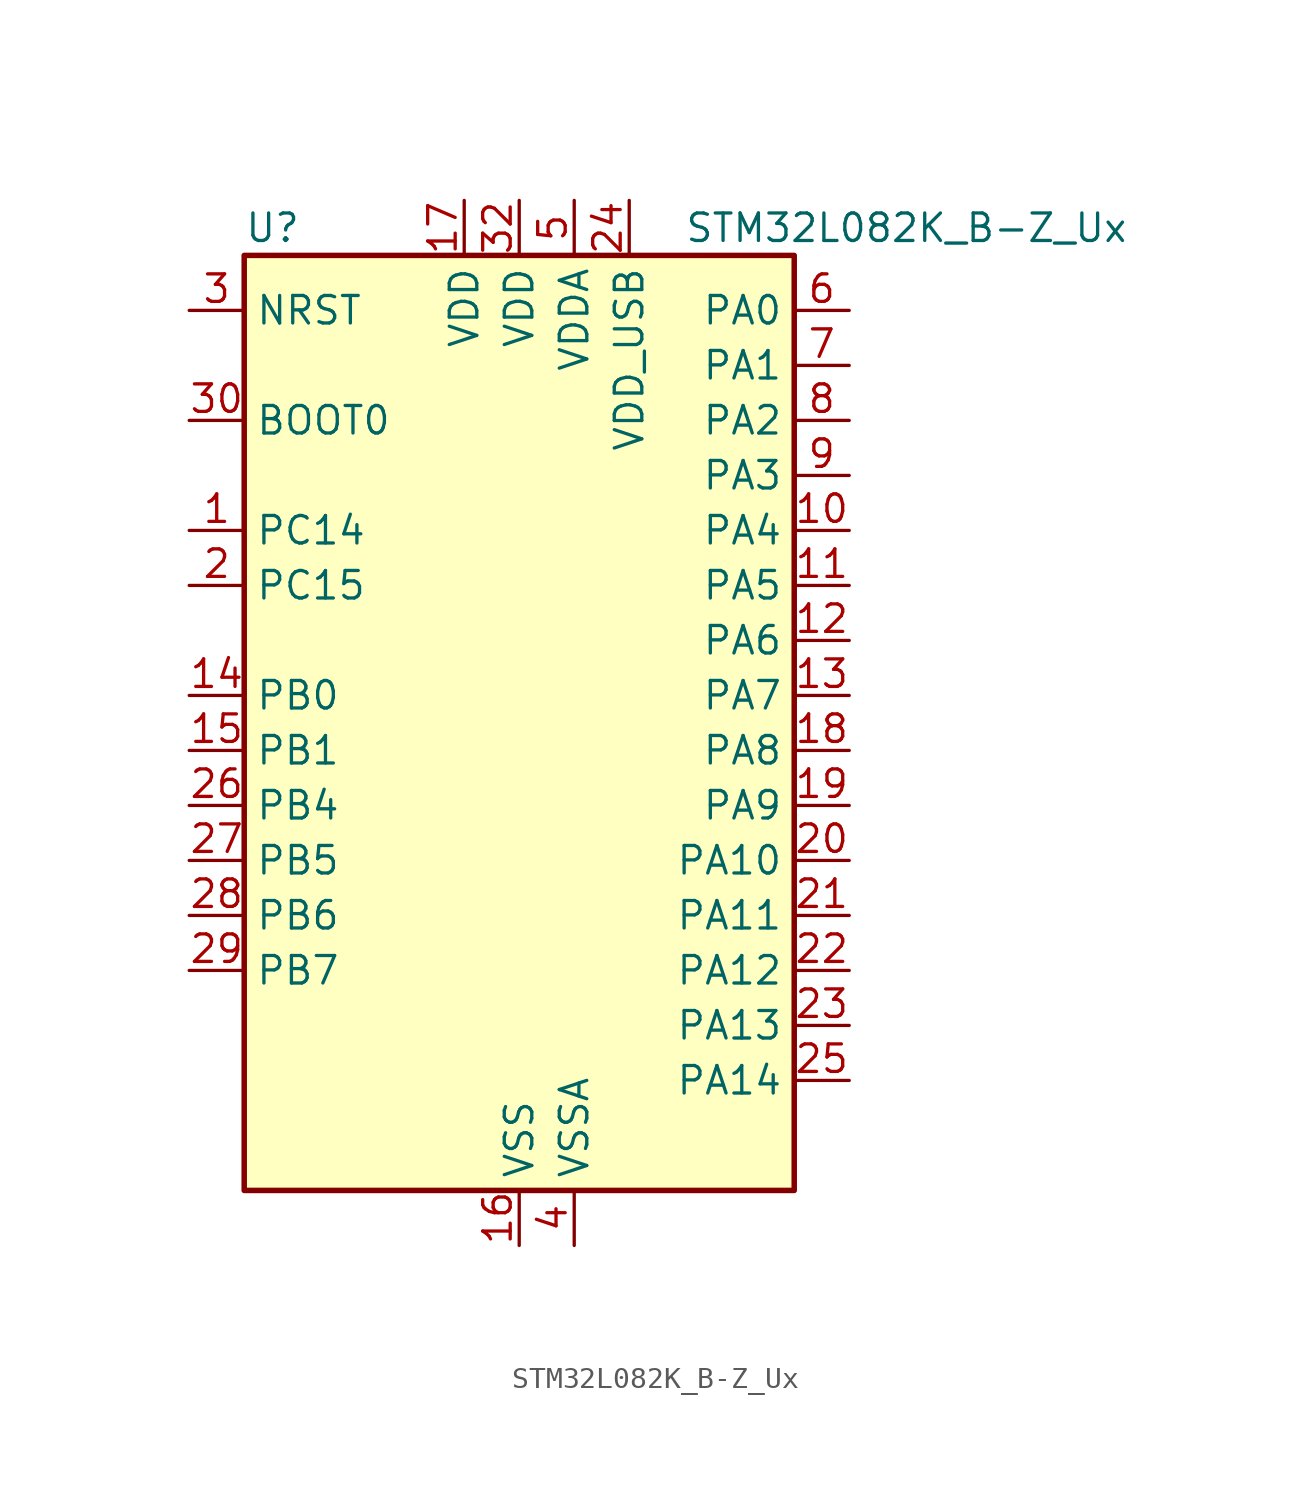
<source format=kicad_sym>
(kicad_symbol_lib
  (version 20220914)
  (generator kicad_symbol_editor)
  (symbol "STM32L082K_B-Z_Ux"
    (property "Reference" "U"
      (at -12.7 24.13 0)
      (effects (font (size 1.27 1.27)) (justify left)))
    (property "Value" "STM32L082K_B-Z_Ux"
      (at 7.62 24.13 0)
      (effects (font (size 1.27 1.27)) (justify left)))
    (property "ki_locked" ""
      (at 0 0 0)
      (effects (font (size 1.27 1.27))))
    (symbol "STM32L082K_B-Z_Ux_0_1"
      (rectangle (start -12.7 -20.32) (end 12.7 22.86) (stroke (width 0.254) (type default)) (fill (type background))))
    (symbol "STM32L082K_B-Z_Ux_1_1"
      (pin bidirectional line (at -15.24 10.16 0) (length 2.54) (name "PC14" (effects (font (size 1.27 1.27)))) (number "1" (effects (font (size 1.27 1.27)))) (alternate "RCC_OSC32_IN" bidirectional line))
      (pin bidirectional line (at 15.24 10.16 180) (length 2.54) (name "PA4" (effects (font (size 1.27 1.27)))) (number "10" (effects (font (size 1.27 1.27)))) (alternate "ADC_IN4" bidirectional line) (alternate "COMP1_INM" bidirectional line) (alternate "COMP2_INM" bidirectional line) (alternate "DAC_OUT1" bidirectional line) (alternate "SPI1_NSS" bidirectional line) (alternate "TIM22_ETR" bidirectional line) (alternate "TSC_G2_IO1" bidirectional line) (alternate "USART2_CK" bidirectional line))
      (pin bidirectional line (at 15.24 7.62 180) (length 2.54) (name "PA5" (effects (font (size 1.27 1.27)))) (number "11" (effects (font (size 1.27 1.27)))) (alternate "ADC_IN5" bidirectional line) (alternate "COMP1_INM" bidirectional line) (alternate "COMP2_INM" bidirectional line) (alternate "DAC_OUT2" bidirectional line) (alternate "SPI1_SCK" bidirectional line) (alternate "TIM2_CH1" bidirectional line) (alternate "TIM2_ETR" bidirectional line) (alternate "TSC_G2_IO2" bidirectional line))
      (pin bidirectional line (at 15.24 5.08 180) (length 2.54) (name "PA6" (effects (font (size 1.27 1.27)))) (number "12" (effects (font (size 1.27 1.27)))) (alternate "ADC_IN6" bidirectional line) (alternate "COMP1_OUT" bidirectional line) (alternate "LPUART1_CTS" bidirectional line) (alternate "SPI1_MISO" bidirectional line) (alternate "TIM22_CH1" bidirectional line) (alternate "TIM3_CH1" bidirectional line) (alternate "TSC_G2_IO3" bidirectional line))
      (pin bidirectional line (at 15.24 2.54 180) (length 2.54) (name "PA7" (effects (font (size 1.27 1.27)))) (number "13" (effects (font (size 1.27 1.27)))) (alternate "ADC_IN7" bidirectional line) (alternate "COMP2_OUT" bidirectional line) (alternate "SPI1_MOSI" bidirectional line) (alternate "TIM22_CH2" bidirectional line) (alternate "TIM3_CH2" bidirectional line) (alternate "TSC_G2_IO4" bidirectional line))
      (pin bidirectional line (at -15.24 2.54 0) (length 2.54) (name "PB0" (effects (font (size 1.27 1.27)))) (number "14" (effects (font (size 1.27 1.27)))) (alternate "ADC_IN8" bidirectional line) (alternate "SYS_VREF_OUT_PB0" bidirectional line) (alternate "TIM3_CH3" bidirectional line) (alternate "TSC_G3_IO2" bidirectional line))
      (pin bidirectional line (at -15.24 0 0) (length 2.54) (name "PB1" (effects (font (size 1.27 1.27)))) (number "15" (effects (font (size 1.27 1.27)))) (alternate "ADC_IN9" bidirectional line) (alternate "LPUART1_DE" bidirectional line) (alternate "LPUART1_RTS" bidirectional line) (alternate "SYS_VREF_OUT_PB1" bidirectional line) (alternate "TIM3_CH4" bidirectional line) (alternate "TSC_G3_IO3" bidirectional line))
      (pin power_in line (at 0 -22.86 90) (length 2.54) (name "VSS" (effects (font (size 1.27 1.27)))) (number "16" (effects (font (size 1.27 1.27)))))
      (pin power_in line (at -2.54 25.4 270) (length 2.54) (name "VDD" (effects (font (size 1.27 1.27)))) (number "17" (effects (font (size 1.27 1.27)))))
      (pin bidirectional line (at 15.24 0 180) (length 2.54) (name "PA8" (effects (font (size 1.27 1.27)))) (number "18" (effects (font (size 1.27 1.27)))) (alternate "CRS_SYNC" bidirectional line) (alternate "I2C3_SCL" bidirectional line) (alternate "RCC_MCO" bidirectional line) (alternate "USART1_CK" bidirectional line))
      (pin bidirectional line (at 15.24 -2.54 180) (length 2.54) (name "PA9" (effects (font (size 1.27 1.27)))) (number "19" (effects (font (size 1.27 1.27)))) (alternate "DAC_EXTI9" bidirectional line) (alternate "I2C1_SCL" bidirectional line) (alternate "I2C3_SMBA" bidirectional line) (alternate "RCC_MCO" bidirectional line) (alternate "TSC_G4_IO1" bidirectional line) (alternate "USART1_TX" bidirectional line))
      (pin bidirectional line (at -15.24 7.62 0) (length 2.54) (name "PC15" (effects (font (size 1.27 1.27)))) (number "2" (effects (font (size 1.27 1.27)))) (alternate "RCC_OSC32_OUT" bidirectional line))
      (pin bidirectional line (at 15.24 -5.08 180) (length 2.54) (name "PA10" (effects (font (size 1.27 1.27)))) (number "20" (effects (font (size 1.27 1.27)))) (alternate "I2C1_SDA" bidirectional line) (alternate "TSC_G4_IO2" bidirectional line) (alternate "USART1_RX" bidirectional line))
      (pin bidirectional line (at 15.24 -7.62 180) (length 2.54) (name "PA11" (effects (font (size 1.27 1.27)))) (number "21" (effects (font (size 1.27 1.27)))) (alternate "ADC_EXTI11" bidirectional line) (alternate "COMP1_OUT" bidirectional line) (alternate "SPI1_MISO" bidirectional line) (alternate "TSC_G4_IO3" bidirectional line) (alternate "USART1_CTS" bidirectional line) (alternate "USB_DM" bidirectional line))
      (pin bidirectional line (at 15.24 -10.16 180) (length 2.54) (name "PA12" (effects (font (size 1.27 1.27)))) (number "22" (effects (font (size 1.27 1.27)))) (alternate "COMP2_OUT" bidirectional line) (alternate "SPI1_MOSI" bidirectional line) (alternate "TSC_G4_IO4" bidirectional line) (alternate "USART1_DE" bidirectional line) (alternate "USART1_RTS" bidirectional line) (alternate "USB_DP" bidirectional line))
      (pin bidirectional line (at 15.24 -12.7 180) (length 2.54) (name "PA13" (effects (font (size 1.27 1.27)))) (number "23" (effects (font (size 1.27 1.27)))) (alternate "LPUART1_RX" bidirectional line) (alternate "SYS_SWDIO" bidirectional line) (alternate "USB_NOE" bidirectional line))
      (pin power_in line (at 5.08 25.4 270) (length 2.54) (name "VDD_USB" (effects (font (size 1.27 1.27)))) (number "24" (effects (font (size 1.27 1.27)))))
      (pin bidirectional line (at 15.24 -15.24 180) (length 2.54) (name "PA14" (effects (font (size 1.27 1.27)))) (number "25" (effects (font (size 1.27 1.27)))) (alternate "LPUART1_TX" bidirectional line) (alternate "SYS_SWCLK" bidirectional line) (alternate "USART2_TX" bidirectional line))
      (pin bidirectional line (at -15.24 -2.54 0) (length 2.54) (name "PB4" (effects (font (size 1.27 1.27)))) (number "26" (effects (font (size 1.27 1.27)))) (alternate "COMP2_INP" bidirectional line) (alternate "I2C3_SDA" bidirectional line) (alternate "SPI1_MISO" bidirectional line) (alternate "TIM22_CH1" bidirectional line) (alternate "TIM3_CH1" bidirectional line) (alternate "TSC_G5_IO2" bidirectional line) (alternate "USART1_CTS" bidirectional line))
      (pin bidirectional line (at -15.24 -5.08 0) (length 2.54) (name "PB5" (effects (font (size 1.27 1.27)))) (number "27" (effects (font (size 1.27 1.27)))) (alternate "COMP2_INP" bidirectional line) (alternate "I2C1_SMBA" bidirectional line) (alternate "LPTIM1_IN1" bidirectional line) (alternate "SPI1_MOSI" bidirectional line) (alternate "TIM22_CH2" bidirectional line) (alternate "TIM3_CH2" bidirectional line) (alternate "USART1_CK" bidirectional line))
      (pin bidirectional line (at -15.24 -7.62 0) (length 2.54) (name "PB6" (effects (font (size 1.27 1.27)))) (number "28" (effects (font (size 1.27 1.27)))) (alternate "COMP2_INP" bidirectional line) (alternate "I2C1_SCL" bidirectional line) (alternate "LPTIM1_ETR" bidirectional line) (alternate "TSC_G5_IO3" bidirectional line) (alternate "USART1_TX" bidirectional line))
      (pin bidirectional line (at -15.24 -10.16 0) (length 2.54) (name "PB7" (effects (font (size 1.27 1.27)))) (number "29" (effects (font (size 1.27 1.27)))) (alternate "COMP2_INP" bidirectional line) (alternate "I2C1_SDA" bidirectional line) (alternate "LPTIM1_IN2" bidirectional line) (alternate "SYS_PVD_IN" bidirectional line) (alternate "TSC_G5_IO4" bidirectional line) (alternate "USART1_RX" bidirectional line) (alternate "USART4_CTS" bidirectional line))
      (pin input line (at -15.24 20.32 0) (length 2.54) (name "NRST" (effects (font (size 1.27 1.27)))) (number "3" (effects (font (size 1.27 1.27)))))
      (pin input line (at -15.24 15.24 0) (length 2.54) (name "BOOT0" (effects (font (size 1.27 1.27)))) (number "30" (effects (font (size 1.27 1.27)))))
      (pin passive line (at 0 -22.86 90) (length 2.54) hide (name "VSS" (effects (font (size 1.27 1.27)))) (number "31" (effects (font (size 1.27 1.27)))))
      (pin power_in line (at 0 25.4 270) (length 2.54) (name "VDD" (effects (font (size 1.27 1.27)))) (number "32" (effects (font (size 1.27 1.27)))))
      (pin passive line (at 0 -22.86 90) (length 2.54) hide (name "VSS" (effects (font (size 1.27 1.27)))) (number "33" (effects (font (size 1.27 1.27)))))
      (pin power_in line (at 2.54 -22.86 90) (length 2.54) (name "VSSA" (effects (font (size 1.27 1.27)))) (number "4" (effects (font (size 1.27 1.27)))))
      (pin power_in line (at 2.54 25.4 270) (length 2.54) (name "VDDA" (effects (font (size 1.27 1.27)))) (number "5" (effects (font (size 1.27 1.27)))))
      (pin bidirectional line (at 15.24 20.32 180) (length 2.54) (name "PA0" (effects (font (size 1.27 1.27)))) (number "6" (effects (font (size 1.27 1.27)))) (alternate "ADC_IN0" bidirectional line) (alternate "COMP1_INM" bidirectional line) (alternate "COMP1_OUT" bidirectional line) (alternate "RTC_TAMP2" bidirectional line) (alternate "SYS_WKUP1" bidirectional line) (alternate "TIM2_CH1" bidirectional line) (alternate "TIM2_ETR" bidirectional line) (alternate "TSC_G1_IO1" bidirectional line) (alternate "USART2_CTS" bidirectional line) (alternate "USART4_TX" bidirectional line))
      (pin bidirectional line (at 15.24 17.78 180) (length 2.54) (name "PA1" (effects (font (size 1.27 1.27)))) (number "7" (effects (font (size 1.27 1.27)))) (alternate "ADC_IN1" bidirectional line) (alternate "COMP1_INP" bidirectional line) (alternate "TIM21_ETR" bidirectional line) (alternate "TIM2_CH2" bidirectional line) (alternate "TSC_G1_IO2" bidirectional line) (alternate "USART2_DE" bidirectional line) (alternate "USART2_RTS" bidirectional line) (alternate "USART4_RX" bidirectional line))
      (pin bidirectional line (at 15.24 15.24 180) (length 2.54) (name "PA2" (effects (font (size 1.27 1.27)))) (number "8" (effects (font (size 1.27 1.27)))) (alternate "ADC_IN2" bidirectional line) (alternate "COMP2_INM" bidirectional line) (alternate "COMP2_OUT" bidirectional line) (alternate "LPUART1_TX" bidirectional line) (alternate "TIM21_CH1" bidirectional line) (alternate "TIM2_CH3" bidirectional line) (alternate "TSC_G1_IO3" bidirectional line) (alternate "USART2_TX" bidirectional line))
      (pin bidirectional line (at 15.24 12.7 180) (length 2.54) (name "PA3" (effects (font (size 1.27 1.27)))) (number "9" (effects (font (size 1.27 1.27)))) (alternate "ADC_IN3" bidirectional line) (alternate "COMP2_INP" bidirectional line) (alternate "LPUART1_RX" bidirectional line) (alternate "TIM21_CH2" bidirectional line) (alternate "TIM2_CH4" bidirectional line) (alternate "TSC_G1_IO4" bidirectional line) (alternate "USART2_RX" bidirectional line)))))
</source>
